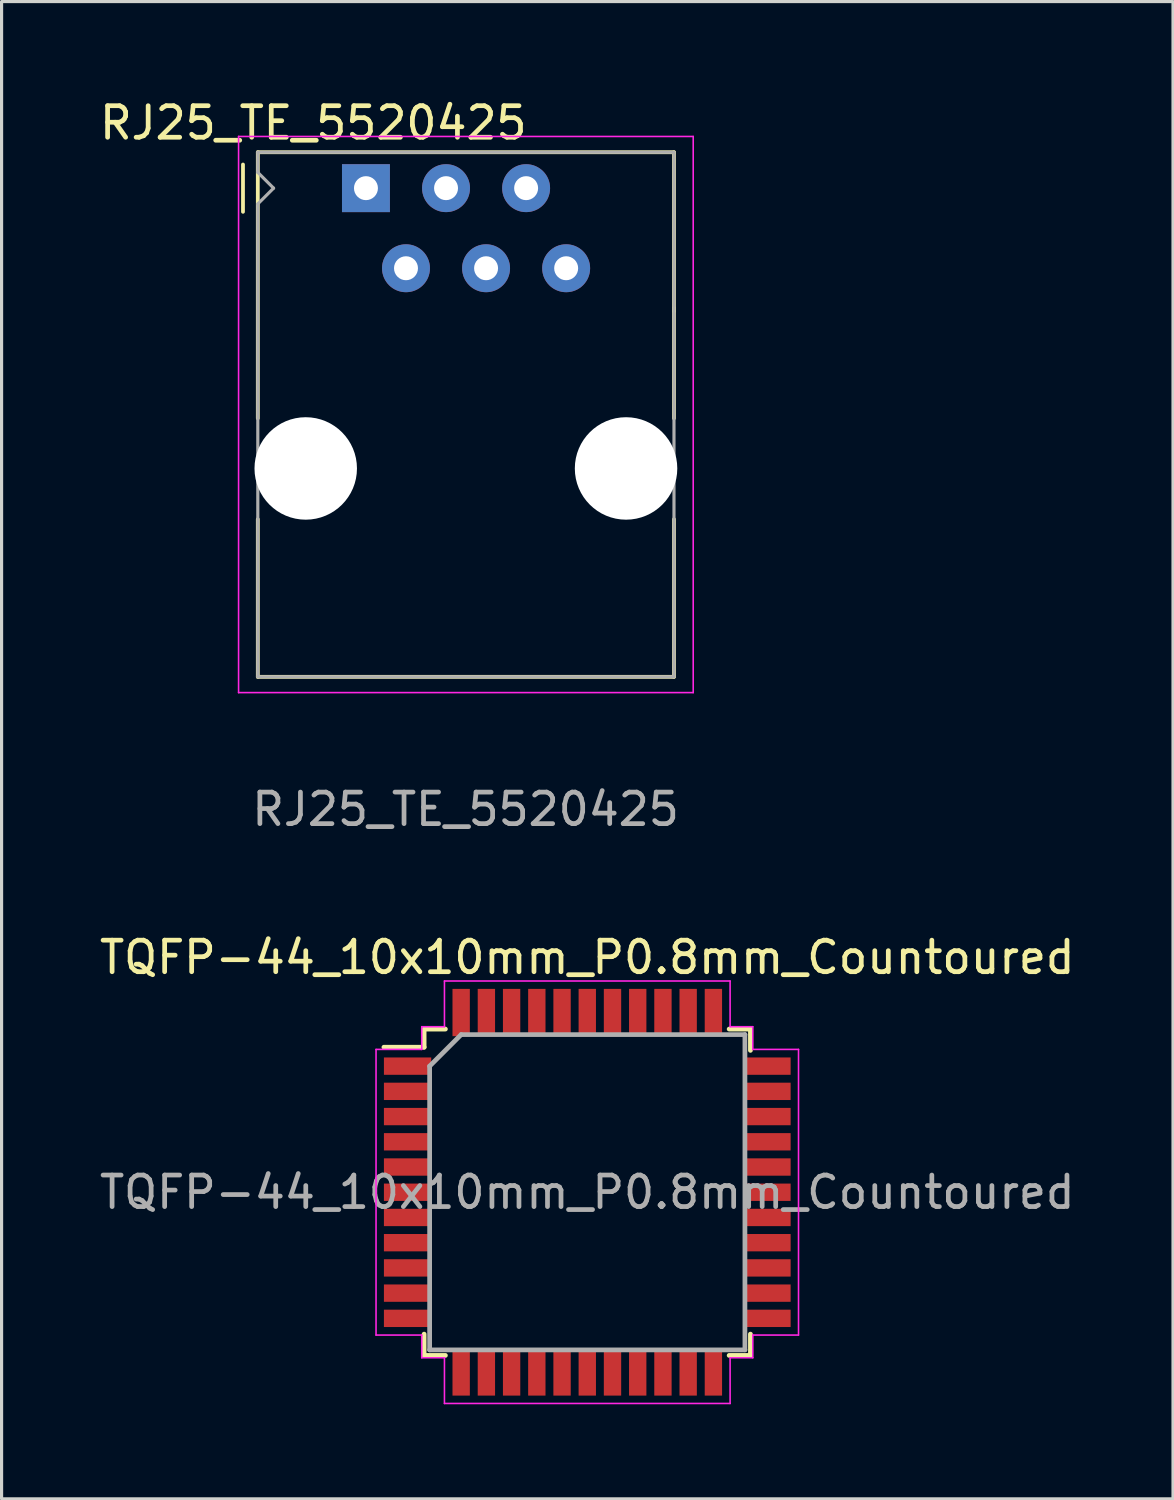
<source format=kicad_pcb>
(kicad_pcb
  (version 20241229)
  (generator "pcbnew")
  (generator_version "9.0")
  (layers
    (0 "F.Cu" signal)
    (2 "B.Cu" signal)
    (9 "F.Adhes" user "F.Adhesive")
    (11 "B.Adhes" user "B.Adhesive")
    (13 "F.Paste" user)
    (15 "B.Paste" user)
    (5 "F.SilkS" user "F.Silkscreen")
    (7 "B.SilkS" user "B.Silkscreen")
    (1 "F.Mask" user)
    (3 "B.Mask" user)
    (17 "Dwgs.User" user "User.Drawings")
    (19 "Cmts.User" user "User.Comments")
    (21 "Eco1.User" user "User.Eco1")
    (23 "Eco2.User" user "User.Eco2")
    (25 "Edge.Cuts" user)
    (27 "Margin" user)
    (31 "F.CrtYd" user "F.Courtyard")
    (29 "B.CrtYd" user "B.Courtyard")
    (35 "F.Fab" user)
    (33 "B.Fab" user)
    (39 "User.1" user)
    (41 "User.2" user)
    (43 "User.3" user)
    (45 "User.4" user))
  (footprint "RJ25_TE_5520425"
    (layer "F.Cu")
    (at 8.557 2.918)
    (property "Reference" "RJ25_TE_5520425" (at -1.67 -2.07 0) (layer "F.SilkS") (effects (font (size 1 1) (thickness 0.15))))
    (attr through_hole)
    (fp_line (start -3.9 0.75) (end -3.9 -0.75) (stroke (width 0.12) (type solid)) (layer "F.SilkS"))
    (fp_line (start -3.43 -1.14) (end 9.77 -1.14) (stroke (width 0.12) (type solid)) (layer "F.SilkS"))
    (fp_line (start -3.43 7.3) (end -3.43 -1.14) (stroke (width 0.12) (type solid)) (layer "F.SilkS"))
    (fp_line (start -3.43 15.5) (end -3.43 10.5) (stroke (width 0.12) (type solid)) (layer "F.SilkS"))
    (fp_line (start 9.77 -1.14) (end 9.77 7.3) (stroke (width 0.12) (type solid)) (layer "F.SilkS"))
    (fp_line (start 9.77 3.79) (end 9.77 3.91) (stroke (width 0.1) (type solid)) (layer "F.SilkS"))
    (fp_line (start 9.77 3.9) (end 9.77 3.91) (stroke (width 0.1) (type solid)) (layer "F.SilkS"))
    (fp_line (start 9.77 15.5) (end -3.43 15.5) (stroke (width 0.12) (type solid)) (layer "F.SilkS"))
    (fp_line (start 9.77 15.5) (end 9.77 10.5) (stroke (width 0.12) (type solid)) (layer "F.SilkS"))
    (fp_line (start -4.04 -1.64) (end 10.38 -1.64) (stroke (width 0.05) (type solid)) (layer "F.CrtYd"))
    (fp_line (start -4.04 16) (end -4.04 -1.64) (stroke (width 0.05) (type solid)) (layer "F.CrtYd"))
    (fp_line (start 10.38 -1.64) (end 10.38 16) (stroke (width 0.05) (type solid)) (layer "F.CrtYd"))
    (fp_line (start 10.38 16) (end -4.04 16) (stroke (width 0.05) (type solid)) (layer "F.CrtYd"))
    (fp_line (start -3.43 -1.14) (end 9.77 -1.14) (stroke (width 0.1) (type solid)) (layer "F.Fab"))
    (fp_line (start -3.43 -0.5) (end -3.43 -1.14) (stroke (width 0.1) (type solid)) (layer "F.Fab"))
    (fp_line (start -3.43 0.5) (end -2.93 0) (stroke (width 0.1) (type solid)) (layer "F.Fab"))
    (fp_line (start -3.43 15.5) (end -3.43 0.5) (stroke (width 0.1) (type solid)) (layer "F.Fab"))
    (fp_line (start -2.93 0) (end -3.43 -0.5) (stroke (width 0.1) (type solid)) (layer "F.Fab"))
    (fp_line (start 9.77 -1.14) (end 9.77 15.5) (stroke (width 0.1) (type solid)) (layer "F.Fab"))
    (fp_line (start 9.77 15.5) (end -3.43 15.5) (stroke (width 0.1) (type solid)) (layer "F.Fab"))
    (fp_text user "${REFERENCE}" (at 3.16 19.7 0) (layer "F.Fab") (effects (font (size 1 1) (thickness 0.15))))
    (pad "" np_thru_hole circle (at -1.91 8.89) (size 3.25 3.25) (drill 3.25) (layers "*.Cu" "*.Mask"))
    (pad "" np_thru_hole circle (at 8.25 8.89) (size 3.25 3.25) (drill 3.25) (layers "*.Cu" "*.Mask"))
    (pad "1" thru_hole rect (at 0 0) (size 1.52 1.52) (drill 0.76) (layers "*.Cu" "*.Mask"))
    (pad "2" thru_hole circle (at 1.27 2.54) (size 1.52 1.52) (drill 0.76) (layers "*.Cu" "*.Mask"))
    (pad "3" thru_hole circle (at 2.54 0) (size 1.52 1.52) (drill 0.76) (layers "*.Cu" "*.Mask"))
    (pad "4" thru_hole circle (at 3.81 2.54) (size 1.52 1.52) (drill 0.76) (layers "*.Cu" "*.Mask"))
    (pad "5" thru_hole circle (at 5.08 0) (size 1.52 1.52) (drill 0.76) (layers "*.Cu" "*.Mask"))
    (pad "6" thru_hole circle (at 6.35 2.54) (size 1.52 1.52) (drill 0.76) (layers "*.Cu" "*.Mask")))
  (footprint "TQFP-44_10x10mm_P0.8mm_Countoured"
    (layer "F.Cu")
    (at 15.577 34.765)
    (property "Reference" "TQFP-44_10x10mm_P0.8mm_Countoured" (at 0 -7.45 0) (layer "F.SilkS") (effects (font (size 1 1) (thickness 0.15))))
    (attr smd)
    (fp_line (start -5.175 -5.175) (end -5.175 -4.6) (stroke (width 0.15) (type solid)) (layer "F.SilkS"))
    (fp_line (start -5.175 -5.175) (end -4.5 -5.175) (stroke (width 0.15) (type solid)) (layer "F.SilkS"))
    (fp_line (start -5.175 -4.6) (end -6.45 -4.6) (stroke (width 0.15) (type solid)) (layer "F.SilkS"))
    (fp_line (start -5.175 5.175) (end -5.175 4.5) (stroke (width 0.15) (type solid)) (layer "F.SilkS"))
    (fp_line (start -5.175 5.175) (end -4.5 5.175) (stroke (width 0.15) (type solid)) (layer "F.SilkS"))
    (fp_line (start 5.175 -5.175) (end 4.5 -5.175) (stroke (width 0.15) (type solid)) (layer "F.SilkS"))
    (fp_line (start 5.175 -5.175) (end 5.175 -4.5) (stroke (width 0.15) (type solid)) (layer "F.SilkS"))
    (fp_line (start 5.175 5.175) (end 4.5 5.175) (stroke (width 0.15) (type solid)) (layer "F.SilkS"))
    (fp_line (start 5.175 5.175) (end 5.175 4.5) (stroke (width 0.15) (type solid)) (layer "F.SilkS"))
    (fp_line (start -6.7 -4.53) (end -6.7 4.53) (stroke (width 0.05) (type solid)) (layer "F.CrtYd"))
    (fp_line (start -5.25 -5.25) (end -5.25 -4.53) (stroke (width 0.05) (type solid)) (layer "F.CrtYd"))
    (fp_line (start -5.25 -4.53) (end -6.7 -4.53) (stroke (width 0.05) (type solid)) (layer "F.CrtYd"))
    (fp_line (start -5.25 4.53) (end -6.7 4.53) (stroke (width 0.05) (type solid)) (layer "F.CrtYd"))
    (fp_line (start -5.25 5.25) (end -5.25 4.53) (stroke (width 0.05) (type solid)) (layer "F.CrtYd"))
    (fp_line (start -4.53 -6.7) (end -4.53 -5.25) (stroke (width 0.05) (type solid)) (layer "F.CrtYd"))
    (fp_line (start -4.53 -6.7) (end 4.53 -6.7) (stroke (width 0.05) (type solid)) (layer "F.CrtYd"))
    (fp_line (start -4.53 -5.25) (end -5.25 -5.25) (stroke (width 0.05) (type solid)) (layer "F.CrtYd"))
    (fp_line (start -4.53 5.25) (end -5.25 5.25) (stroke (width 0.05) (type solid)) (layer "F.CrtYd"))
    (fp_line (start -4.53 6.7) (end -4.53 5.25) (stroke (width 0.05) (type solid)) (layer "F.CrtYd"))
    (fp_line (start -4.53 6.7) (end 4.53 6.7) (stroke (width 0.05) (type solid)) (layer "F.CrtYd"))
    (fp_line (start 4.53 -6.7) (end 4.53 -5.25) (stroke (width 0.05) (type solid)) (layer "F.CrtYd"))
    (fp_line (start 4.53 -5.25) (end 5.25 -5.25) (stroke (width 0.05) (type solid)) (layer "F.CrtYd"))
    (fp_line (start 4.53 5.25) (end 5.25 5.25) (stroke (width 0.05) (type solid)) (layer "F.CrtYd"))
    (fp_line (start 4.53 6.7) (end 4.53 5.25) (stroke (width 0.05) (type solid)) (layer "F.CrtYd"))
    (fp_line (start 5.25 -5.25) (end 5.25 -4.53) (stroke (width 0.05) (type solid)) (layer "F.CrtYd"))
    (fp_line (start 5.25 -4.53) (end 6.7 -4.53) (stroke (width 0.05) (type solid)) (layer "F.CrtYd"))
    (fp_line (start 5.25 4.53) (end 6.7 4.53) (stroke (width 0.05) (type solid)) (layer "F.CrtYd"))
    (fp_line (start 5.25 5.25) (end 5.25 4.53) (stroke (width 0.05) (type solid)) (layer "F.CrtYd"))
    (fp_line (start 6.7 -4.53) (end 6.7 4.53) (stroke (width 0.05) (type solid)) (layer "F.CrtYd"))
    (fp_line (start -5 -4) (end -4 -5) (stroke (width 0.15) (type solid)) (layer "F.Fab"))
    (fp_line (start -5 5) (end -5 -4) (stroke (width 0.15) (type solid)) (layer "F.Fab"))
    (fp_line (start -4 -5) (end 5 -5) (stroke (width 0.15) (type solid)) (layer "F.Fab"))
    (fp_line (start 5 -5) (end 5 5) (stroke (width 0.15) (type solid)) (layer "F.Fab"))
    (fp_line (start 5 5) (end -5 5) (stroke (width 0.15) (type solid)) (layer "F.Fab"))
    (fp_text user "${REFERENCE}" (at 0 0 0) (layer "F.Fab") (effects (font (size 1 1) (thickness 0.15))))
    (pad "1" smd rect (at -5.7 -4) (size 1.5 0.55) (layers "F.Cu" "F.Mask" "F.Paste"))
    (pad "2" smd rect (at -5.7 -3.2) (size 1.5 0.55) (layers "F.Cu" "F.Mask" "F.Paste"))
    (pad "3" smd rect (at -5.7 -2.4) (size 1.5 0.55) (layers "F.Cu" "F.Mask" "F.Paste"))
    (pad "4" smd rect (at -5.7 -1.6) (size 1.5 0.55) (layers "F.Cu" "F.Mask" "F.Paste"))
    (pad "5" smd rect (at -5.7 -0.8) (size 1.5 0.55) (layers "F.Cu" "F.Mask" "F.Paste"))
    (pad "6" smd rect (at -5.7 0) (size 1.5 0.55) (layers "F.Cu" "F.Mask" "F.Paste"))
    (pad "7" smd rect (at -5.7 0.8) (size 1.5 0.55) (layers "F.Cu" "F.Mask" "F.Paste"))
    (pad "8" smd rect (at -5.7 1.6) (size 1.5 0.55) (layers "F.Cu" "F.Mask" "F.Paste"))
    (pad "9" smd rect (at -5.7 2.4) (size 1.5 0.55) (layers "F.Cu" "F.Mask" "F.Paste"))
    (pad "10" smd rect (at -5.7 3.2) (size 1.5 0.55) (layers "F.Cu" "F.Mask" "F.Paste"))
    (pad "11" smd rect (at -5.7 4) (size 1.5 0.55) (layers "F.Cu" "F.Mask" "F.Paste"))
    (pad "12" smd rect (at -4 5.7 90) (size 1.5 0.55) (layers "F.Cu" "F.Mask" "F.Paste"))
    (pad "13" smd rect (at -3.2 5.7 90) (size 1.5 0.55) (layers "F.Cu" "F.Mask" "F.Paste"))
    (pad "14" smd rect (at -2.4 5.7 90) (size 1.5 0.55) (layers "F.Cu" "F.Mask" "F.Paste"))
    (pad "15" smd rect (at -1.6 5.7 90) (size 1.5 0.55) (layers "F.Cu" "F.Mask" "F.Paste"))
    (pad "16" smd rect (at -0.8 5.7 90) (size 1.5 0.55) (layers "F.Cu" "F.Mask" "F.Paste"))
    (pad "17" smd rect (at 0 5.7 90) (size 1.5 0.55) (layers "F.Cu" "F.Mask" "F.Paste"))
    (pad "18" smd rect (at 0.8 5.7 90) (size 1.5 0.55) (layers "F.Cu" "F.Mask" "F.Paste"))
    (pad "19" smd rect (at 1.6 5.7 90) (size 1.5 0.55) (layers "F.Cu" "F.Mask" "F.Paste"))
    (pad "20" smd rect (at 2.4 5.7 90) (size 1.5 0.55) (layers "F.Cu" "F.Mask" "F.Paste"))
    (pad "21" smd rect (at 3.2 5.7 90) (size 1.5 0.55) (layers "F.Cu" "F.Mask" "F.Paste"))
    (pad "22" smd rect (at 4 5.7 90) (size 1.5 0.55) (layers "F.Cu" "F.Mask" "F.Paste"))
    (pad "23" smd rect (at 5.7 4) (size 1.5 0.55) (layers "F.Cu" "F.Mask" "F.Paste"))
    (pad "24" smd rect (at 5.7 3.2) (size 1.5 0.55) (layers "F.Cu" "F.Mask" "F.Paste"))
    (pad "25" smd rect (at 5.7 2.4) (size 1.5 0.55) (layers "F.Cu" "F.Mask" "F.Paste"))
    (pad "26" smd rect (at 5.7 1.6) (size 1.5 0.55) (layers "F.Cu" "F.Mask" "F.Paste"))
    (pad "27" smd rect (at 5.7 0.8) (size 1.5 0.55) (layers "F.Cu" "F.Mask" "F.Paste"))
    (pad "28" smd rect (at 5.7 0) (size 1.5 0.55) (layers "F.Cu" "F.Mask" "F.Paste"))
    (pad "29" smd rect (at 5.7 -0.8) (size 1.5 0.55) (layers "F.Cu" "F.Mask" "F.Paste"))
    (pad "30" smd rect (at 5.7 -1.6) (size 1.5 0.55) (layers "F.Cu" "F.Mask" "F.Paste"))
    (pad "31" smd rect (at 5.7 -2.4) (size 1.5 0.55) (layers "F.Cu" "F.Mask" "F.Paste"))
    (pad "32" smd rect (at 5.7 -3.2) (size 1.5 0.55) (layers "F.Cu" "F.Mask" "F.Paste"))
    (pad "33" smd rect (at 5.7 -4) (size 1.5 0.55) (layers "F.Cu" "F.Mask" "F.Paste"))
    (pad "34" smd rect (at 4 -5.7 90) (size 1.5 0.55) (layers "F.Cu" "F.Mask" "F.Paste"))
    (pad "35" smd rect (at 3.2 -5.7 90) (size 1.5 0.55) (layers "F.Cu" "F.Mask" "F.Paste"))
    (pad "36" smd rect (at 2.4 -5.7 90) (size 1.5 0.55) (layers "F.Cu" "F.Mask" "F.Paste"))
    (pad "37" smd rect (at 1.6 -5.7 90) (size 1.5 0.55) (layers "F.Cu" "F.Mask" "F.Paste"))
    (pad "38" smd rect (at 0.8 -5.7 90) (size 1.5 0.55) (layers "F.Cu" "F.Mask" "F.Paste"))
    (pad "39" smd rect (at 0 -5.7 90) (size 1.5 0.55) (layers "F.Cu" "F.Mask" "F.Paste"))
    (pad "40" smd rect (at -0.8 -5.7 90) (size 1.5 0.55) (layers "F.Cu" "F.Mask" "F.Paste"))
    (pad "41" smd rect (at -1.6 -5.7 90) (size 1.5 0.55) (layers "F.Cu" "F.Mask" "F.Paste"))
    (pad "42" smd rect (at -2.4 -5.7 90) (size 1.5 0.55) (layers "F.Cu" "F.Mask" "F.Paste"))
    (pad "43" smd rect (at -3.2 -5.7 90) (size 1.5 0.55) (layers "F.Cu" "F.Mask" "F.Paste"))
    (pad "44" smd rect (at -4 -5.7 90) (size 1.5 0.55) (layers "F.Cu" "F.Mask" "F.Paste")))
  (gr_rect
    (start -3 -3)
    (end 34.155 44.49)
    (stroke (width 0.1) (type default))
    (fill no)
    (layer "Edge.Cuts")))
</source>
